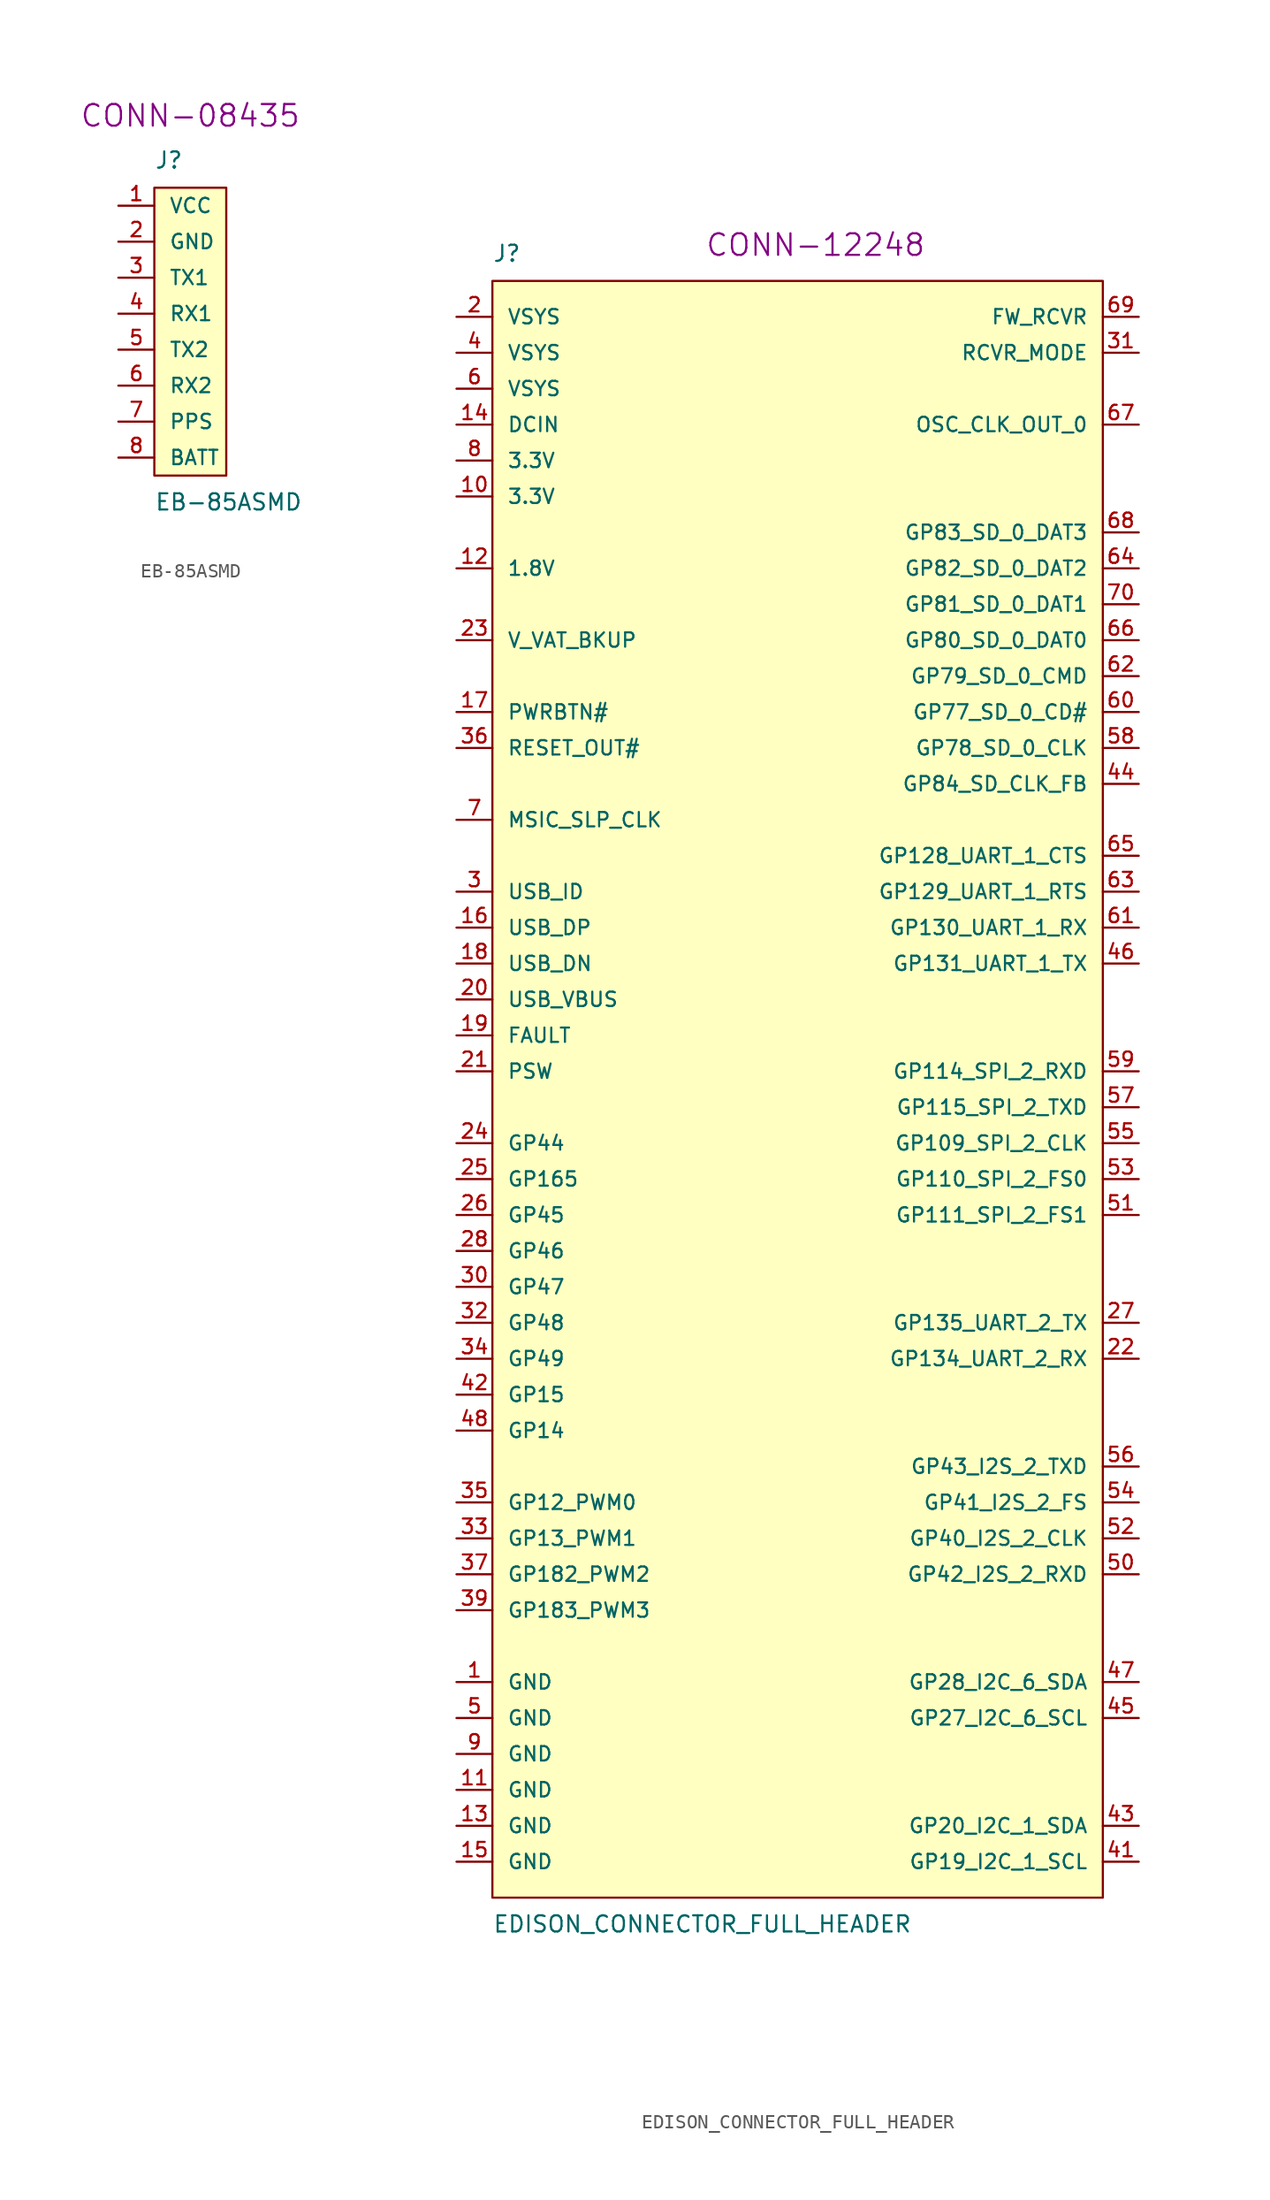
<source format=kicad_sym>
(kicad_symbol_lib
  (version 20201005)
  (generator kicad_symbol_editor)
  (symbol "EB-85ASMD"
    (pin_names
      (offset 1.016))
    (property "Reference" "J"
      (at -2.54 12.7 0)
      (effects (font (size 1.143 1.143)) (justify left bottom)))
    (property "Value" "EB-85ASMD"
      (at -2.54 -11.43 0)
      (effects (font (size 1.143 1.143)) (justify left bottom)))
    (property "Field4" "CONN-08435"
      (at 0 16.51 0)
      (effects (font (size 1.524 1.524))))
    (property "ki_locked" ""
      (at 0 0 0)
      (effects (font (size 1.27 1.27))))
    (symbol "EB-85ASMD_1_1"
      (polyline (pts (xy -2.54 11.43) (xy 2.54 11.43) (xy 2.54 -8.89) (xy -2.54 -8.89) (xy -2.54 11.43)) (stroke (width 0)) (fill (type background)))
      (pin power_in line (at -5.08 10.16 0) (length 2.54) (name "VCC" (effects (font (size 1.016 1.016)))) (number "1" (effects (font (size 1.016 1.016)))))
      (pin power_in line (at -5.08 7.62 0) (length 2.54) (name "GND" (effects (font (size 1.016 1.016)))) (number "2" (effects (font (size 1.016 1.016)))))
      (pin output line (at -5.08 5.08 0) (length 2.54) (name "TX1" (effects (font (size 1.016 1.016)))) (number "3" (effects (font (size 1.016 1.016)))))
      (pin input line (at -5.08 2.54 0) (length 2.54) (name "RX1" (effects (font (size 1.016 1.016)))) (number "4" (effects (font (size 1.016 1.016)))))
      (pin output line (at -5.08 0 0) (length 2.54) (name "TX2" (effects (font (size 1.016 1.016)))) (number "5" (effects (font (size 1.016 1.016)))))
      (pin input line (at -5.08 -2.54 0) (length 2.54) (name "RX2" (effects (font (size 1.016 1.016)))) (number "6" (effects (font (size 1.016 1.016)))))
      (pin output line (at -5.08 -5.08 0) (length 2.54) (name "PPS" (effects (font (size 1.016 1.016)))) (number "7" (effects (font (size 1.016 1.016)))))
      (pin power_in line (at -5.08 -7.62 0) (length 2.54) (name "BATT" (effects (font (size 1.016 1.016)))) (number "8" (effects (font (size 1.016 1.016)))))))
  (symbol "EDISON_CONNECTOR_FULL_HEADER"
    (pin_names
      (offset 1.016))
    (property "Reference" "J"
      (at -21.59 58.42 0)
      (effects (font (size 1.143 1.143)) (justify left bottom)))
    (property "Value" "EDISON_CONNECTOR_FULL_HEADER"
      (at -21.59 -59.69 0)
      (effects (font (size 1.143 1.143)) (justify left bottom)))
    (property "Field4" "CONN-12248"
      (at 1.27 59.69 0)
      (effects (font (size 1.524 1.524))))
    (property "ki_locked" ""
      (at 0 0 0)
      (effects (font (size 1.27 1.27))))
    (symbol "EDISON_CONNECTOR_FULL_HEADER_1_1"
      (polyline (pts (xy -21.59 57.15) (xy 21.59 57.15) (xy 21.59 -57.15) (xy -21.59 -57.15) (xy -21.59 57.15)) (stroke (width 0)) (fill (type background)))
      (pin bidirectional line (at -24.13 -41.91 0) (length 2.54) (name "GND" (effects (font (size 1.016 1.016)))) (number "1" (effects (font (size 1.016 1.016)))))
      (pin bidirectional line (at -24.13 54.61 0) (length 2.54) (name "VSYS" (effects (font (size 1.016 1.016)))) (number "2" (effects (font (size 1.016 1.016)))))
      (pin bidirectional line (at -24.13 13.97 0) (length 2.54) (name "USB_ID" (effects (font (size 1.016 1.016)))) (number "3" (effects (font (size 1.016 1.016)))))
      (pin bidirectional line (at -24.13 52.07 0) (length 2.54) (name "VSYS" (effects (font (size 1.016 1.016)))) (number "4" (effects (font (size 1.016 1.016)))))
      (pin bidirectional line (at -24.13 -44.45 0) (length 2.54) (name "GND" (effects (font (size 1.016 1.016)))) (number "5" (effects (font (size 1.016 1.016)))))
      (pin bidirectional line (at -24.13 49.53 0) (length 2.54) (name "VSYS" (effects (font (size 1.016 1.016)))) (number "6" (effects (font (size 1.016 1.016)))))
      (pin bidirectional line (at -24.13 19.05 0) (length 2.54) (name "MSIC_SLP_CLK" (effects (font (size 1.016 1.016)))) (number "7" (effects (font (size 1.016 1.016)))))
      (pin bidirectional line (at -24.13 44.45 0) (length 2.54) (name "3.3V" (effects (font (size 1.016 1.016)))) (number "8" (effects (font (size 1.016 1.016)))))
      (pin bidirectional line (at -24.13 -46.99 0) (length 2.54) (name "GND" (effects (font (size 1.016 1.016)))) (number "9" (effects (font (size 1.016 1.016)))))
      (pin bidirectional line (at -24.13 41.91 0) (length 2.54) (name "3.3V" (effects (font (size 1.016 1.016)))) (number "10" (effects (font (size 1.016 1.016)))))
      (pin bidirectional line (at -24.13 6.35 0) (length 2.54) (name "USB_VBUS" (effects (font (size 1.016 1.016)))) (number "20" (effects (font (size 1.016 1.016)))))
      (pin bidirectional line (at -24.13 -13.97 0) (length 2.54) (name "GP47" (effects (font (size 1.016 1.016)))) (number "30" (effects (font (size 1.016 1.016)))))
      (pin bidirectional line (at 24.13 -34.29 180) (length 2.54) (name "GP42_I2S_2_RXD" (effects (font (size 1.016 1.016)))) (number "50" (effects (font (size 1.016 1.016)))))
      (pin bidirectional line (at 24.13 26.67 180) (length 2.54) (name "GP77_SD_0_CD#" (effects (font (size 1.016 1.016)))) (number "60" (effects (font (size 1.016 1.016)))))
      (pin bidirectional line (at 24.13 34.29 180) (length 2.54) (name "GP81_SD_0_DAT1" (effects (font (size 1.016 1.016)))) (number "70" (effects (font (size 1.016 1.016)))))
      (pin bidirectional line (at -24.13 -49.53 0) (length 2.54) (name "GND" (effects (font (size 1.016 1.016)))) (number "11" (effects (font (size 1.016 1.016)))))
      (pin bidirectional line (at -24.13 1.27 0) (length 2.54) (name "PSW" (effects (font (size 1.016 1.016)))) (number "21" (effects (font (size 1.016 1.016)))))
      (pin bidirectional line (at 24.13 52.07 180) (length 2.54) (name "RCVR_MODE" (effects (font (size 1.016 1.016)))) (number "31" (effects (font (size 1.016 1.016)))))
      (pin bidirectional line (at 24.13 -54.61 180) (length 2.54) (name "GP19_I2C_1_SCL" (effects (font (size 1.016 1.016)))) (number "41" (effects (font (size 1.016 1.016)))))
      (pin bidirectional line (at 24.13 -8.89 180) (length 2.54) (name "GP111_SPI_2_FS1" (effects (font (size 1.016 1.016)))) (number "51" (effects (font (size 1.016 1.016)))))
      (pin bidirectional line (at 24.13 11.43 180) (length 2.54) (name "GP130_UART_1_RX" (effects (font (size 1.016 1.016)))) (number "61" (effects (font (size 1.016 1.016)))))
      (pin bidirectional line (at -24.13 36.83 0) (length 2.54) (name "1.8V" (effects (font (size 1.016 1.016)))) (number "12" (effects (font (size 1.016 1.016)))))
      (pin bidirectional line (at 24.13 -19.05 180) (length 2.54) (name "GP134_UART_2_RX" (effects (font (size 1.016 1.016)))) (number "22" (effects (font (size 1.016 1.016)))))
      (pin bidirectional line (at -24.13 -16.51 0) (length 2.54) (name "GP48" (effects (font (size 1.016 1.016)))) (number "32" (effects (font (size 1.016 1.016)))))
      (pin bidirectional line (at -24.13 -21.59 0) (length 2.54) (name "GP15" (effects (font (size 1.016 1.016)))) (number "42" (effects (font (size 1.016 1.016)))))
      (pin bidirectional line (at 24.13 -31.75 180) (length 2.54) (name "GP40_I2S_2_CLK" (effects (font (size 1.016 1.016)))) (number "52" (effects (font (size 1.016 1.016)))))
      (pin bidirectional line (at 24.13 29.21 180) (length 2.54) (name "GP79_SD_0_CMD" (effects (font (size 1.016 1.016)))) (number "62" (effects (font (size 1.016 1.016)))))
      (pin bidirectional line (at -24.13 -52.07 0) (length 2.54) (name "GND" (effects (font (size 1.016 1.016)))) (number "13" (effects (font (size 1.016 1.016)))))
      (pin bidirectional line (at -24.13 31.75 0) (length 2.54) (name "V_VAT_BKUP" (effects (font (size 1.016 1.016)))) (number "23" (effects (font (size 1.016 1.016)))))
      (pin bidirectional line (at -24.13 -31.75 0) (length 2.54) (name "GP13_PWM1" (effects (font (size 1.016 1.016)))) (number "33" (effects (font (size 1.016 1.016)))))
      (pin bidirectional line (at 24.13 -52.07 180) (length 2.54) (name "GP20_I2C_1_SDA" (effects (font (size 1.016 1.016)))) (number "43" (effects (font (size 1.016 1.016)))))
      (pin bidirectional line (at 24.13 -6.35 180) (length 2.54) (name "GP110_SPI_2_FS0" (effects (font (size 1.016 1.016)))) (number "53" (effects (font (size 1.016 1.016)))))
      (pin bidirectional line (at 24.13 13.97 180) (length 2.54) (name "GP129_UART_1_RTS" (effects (font (size 1.016 1.016)))) (number "63" (effects (font (size 1.016 1.016)))))
      (pin bidirectional line (at -24.13 46.99 0) (length 2.54) (name "DCIN" (effects (font (size 1.016 1.016)))) (number "14" (effects (font (size 1.016 1.016)))))
      (pin bidirectional line (at -24.13 -3.81 0) (length 2.54) (name "GP44" (effects (font (size 1.016 1.016)))) (number "24" (effects (font (size 1.016 1.016)))))
      (pin bidirectional line (at -24.13 -19.05 0) (length 2.54) (name "GP49" (effects (font (size 1.016 1.016)))) (number "34" (effects (font (size 1.016 1.016)))))
      (pin bidirectional line (at 24.13 21.59 180) (length 2.54) (name "GP84_SD_CLK_FB" (effects (font (size 1.016 1.016)))) (number "44" (effects (font (size 1.016 1.016)))))
      (pin bidirectional line (at 24.13 -29.21 180) (length 2.54) (name "GP41_I2S_2_FS" (effects (font (size 1.016 1.016)))) (number "54" (effects (font (size 1.016 1.016)))))
      (pin bidirectional line (at 24.13 36.83 180) (length 2.54) (name "GP82_SD_0_DAT2" (effects (font (size 1.016 1.016)))) (number "64" (effects (font (size 1.016 1.016)))))
      (pin bidirectional line (at -24.13 -54.61 0) (length 2.54) (name "GND" (effects (font (size 1.016 1.016)))) (number "15" (effects (font (size 1.016 1.016)))))
      (pin bidirectional line (at -24.13 -6.35 0) (length 2.54) (name "GP165" (effects (font (size 1.016 1.016)))) (number "25" (effects (font (size 1.016 1.016)))))
      (pin bidirectional line (at -24.13 -29.21 0) (length 2.54) (name "GP12_PWM0" (effects (font (size 1.016 1.016)))) (number "35" (effects (font (size 1.016 1.016)))))
      (pin bidirectional line (at 24.13 -44.45 180) (length 2.54) (name "GP27_I2C_6_SCL" (effects (font (size 1.016 1.016)))) (number "45" (effects (font (size 1.016 1.016)))))
      (pin bidirectional line (at 24.13 -3.81 180) (length 2.54) (name "GP109_SPI_2_CLK" (effects (font (size 1.016 1.016)))) (number "55" (effects (font (size 1.016 1.016)))))
      (pin bidirectional line (at 24.13 16.51 180) (length 2.54) (name "GP128_UART_1_CTS" (effects (font (size 1.016 1.016)))) (number "65" (effects (font (size 1.016 1.016)))))
      (pin bidirectional line (at -24.13 11.43 0) (length 2.54) (name "USB_DP" (effects (font (size 1.016 1.016)))) (number "16" (effects (font (size 1.016 1.016)))))
      (pin bidirectional line (at -24.13 -8.89 0) (length 2.54) (name "GP45" (effects (font (size 1.016 1.016)))) (number "26" (effects (font (size 1.016 1.016)))))
      (pin bidirectional line (at -24.13 24.13 0) (length 2.54) (name "RESET_OUT#" (effects (font (size 1.016 1.016)))) (number "36" (effects (font (size 1.016 1.016)))))
      (pin bidirectional line (at 24.13 8.89 180) (length 2.54) (name "GP131_UART_1_TX" (effects (font (size 1.016 1.016)))) (number "46" (effects (font (size 1.016 1.016)))))
      (pin bidirectional line (at 24.13 -26.67 180) (length 2.54) (name "GP43_I2S_2_TXD" (effects (font (size 1.016 1.016)))) (number "56" (effects (font (size 1.016 1.016)))))
      (pin bidirectional line (at 24.13 31.75 180) (length 2.54) (name "GP80_SD_0_DAT0" (effects (font (size 1.016 1.016)))) (number "66" (effects (font (size 1.016 1.016)))))
      (pin bidirectional line (at -24.13 26.67 0) (length 2.54) (name "PWRBTN#" (effects (font (size 1.016 1.016)))) (number "17" (effects (font (size 1.016 1.016)))))
      (pin bidirectional line (at 24.13 -16.51 180) (length 2.54) (name "GP135_UART_2_TX" (effects (font (size 1.016 1.016)))) (number "27" (effects (font (size 1.016 1.016)))))
      (pin bidirectional line (at -24.13 -34.29 0) (length 2.54) (name "GP182_PWM2" (effects (font (size 1.016 1.016)))) (number "37" (effects (font (size 1.016 1.016)))))
      (pin bidirectional line (at 24.13 -41.91 180) (length 2.54) (name "GP28_I2C_6_SDA" (effects (font (size 1.016 1.016)))) (number "47" (effects (font (size 1.016 1.016)))))
      (pin bidirectional line (at 24.13 -1.27 180) (length 2.54) (name "GP115_SPI_2_TXD" (effects (font (size 1.016 1.016)))) (number "57" (effects (font (size 1.016 1.016)))))
      (pin bidirectional line (at 24.13 46.99 180) (length 2.54) (name "OSC_CLK_OUT_0" (effects (font (size 1.016 1.016)))) (number "67" (effects (font (size 1.016 1.016)))))
      (pin bidirectional line (at -24.13 8.89 0) (length 2.54) (name "USB_DN" (effects (font (size 1.016 1.016)))) (number "18" (effects (font (size 1.016 1.016)))))
      (pin bidirectional line (at -24.13 -11.43 0) (length 2.54) (name "GP46" (effects (font (size 1.016 1.016)))) (number "28" (effects (font (size 1.016 1.016)))))
      (pin bidirectional line (at -24.13 -24.13 0) (length 2.54) (name "GP14" (effects (font (size 1.016 1.016)))) (number "48" (effects (font (size 1.016 1.016)))))
      (pin bidirectional line (at 24.13 24.13 180) (length 2.54) (name "GP78_SD_0_CLK" (effects (font (size 1.016 1.016)))) (number "58" (effects (font (size 1.016 1.016)))))
      (pin bidirectional line (at 24.13 39.37 180) (length 2.54) (name "GP83_SD_0_DAT3" (effects (font (size 1.016 1.016)))) (number "68" (effects (font (size 1.016 1.016)))))
      (pin bidirectional line (at -24.13 3.81 0) (length 2.54) (name "FAULT" (effects (font (size 1.016 1.016)))) (number "19" (effects (font (size 1.016 1.016)))))
      (pin bidirectional line (at -24.13 -36.83 0) (length 2.54) (name "GP183_PWM3" (effects (font (size 1.016 1.016)))) (number "39" (effects (font (size 1.016 1.016)))))
      (pin bidirectional line (at 24.13 1.27 180) (length 2.54) (name "GP114_SPI_2_RXD" (effects (font (size 1.016 1.016)))) (number "59" (effects (font (size 1.016 1.016)))))
      (pin bidirectional line (at 24.13 54.61 180) (length 2.54) (name "FW_RCVR" (effects (font (size 1.016 1.016)))) (number "69" (effects (font (size 1.016 1.016))))))))
</source>
